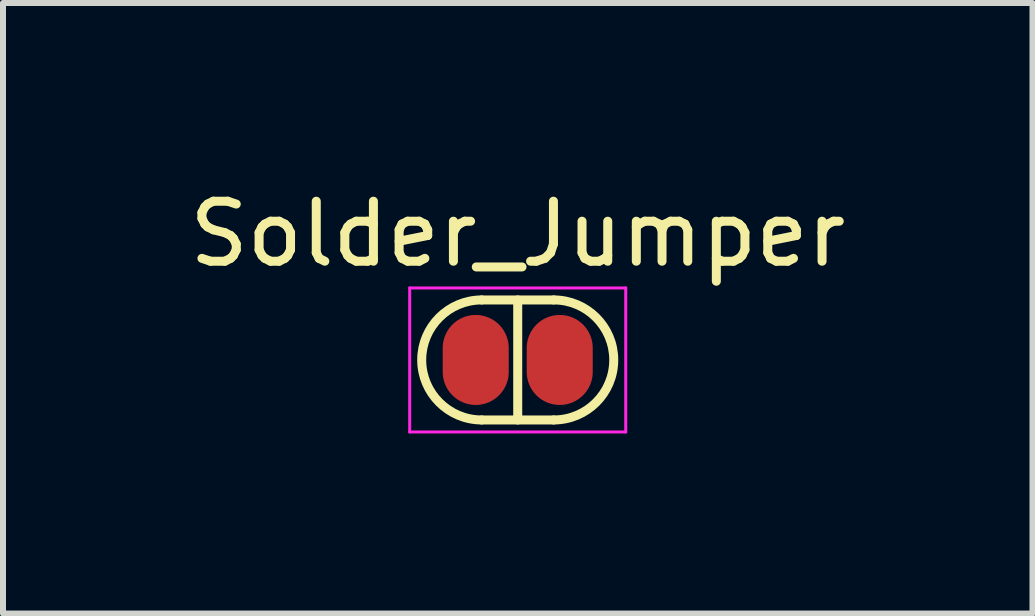
<source format=kicad_pcb>
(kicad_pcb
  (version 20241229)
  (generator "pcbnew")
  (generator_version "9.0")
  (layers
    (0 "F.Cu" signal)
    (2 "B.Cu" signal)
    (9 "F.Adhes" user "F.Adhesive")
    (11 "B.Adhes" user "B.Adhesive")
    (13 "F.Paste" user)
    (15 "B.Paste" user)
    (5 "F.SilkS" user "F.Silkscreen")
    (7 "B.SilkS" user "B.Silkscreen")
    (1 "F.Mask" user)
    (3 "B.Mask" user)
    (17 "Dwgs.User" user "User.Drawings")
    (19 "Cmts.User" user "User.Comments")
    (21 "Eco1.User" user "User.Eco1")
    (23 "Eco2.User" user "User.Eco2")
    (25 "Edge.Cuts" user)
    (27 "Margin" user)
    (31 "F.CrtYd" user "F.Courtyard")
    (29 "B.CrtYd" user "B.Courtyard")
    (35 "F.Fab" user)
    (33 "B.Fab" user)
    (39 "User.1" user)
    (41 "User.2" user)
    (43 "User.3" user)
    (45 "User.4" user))
  (footprint "Solder_Jumper"
    (layer "F.Cu")
    (at 5.577 2.948)
    (property "Reference" "Solder_Jumper" (at 0 -2.1 0) (layer "F.SilkS") (effects (font (size 1 1) (thickness 0.15))))
    (attr smd)
    (fp_line (start -0.6 -1) (end 0.6 -1) (stroke (width 0.15) (type solid)) (layer "F.SilkS"))
    (fp_line (start -0.6 1) (end 0.6 1) (stroke (width 0.15) (type solid)) (layer "F.SilkS"))
    (fp_line (start 0 -1) (end 0 1) (stroke (width 0.15) (type solid)) (layer "F.SilkS"))
    (fp_arc (start -0.6 1) (mid -1.6 0) (end -0.6 -1) (stroke (width 0.15) (type solid)) (layer "F.SilkS"))
    (fp_arc (start 0.6 -1) (mid 1.6 0) (end 0.6 1) (stroke (width 0.15) (type solid)) (layer "F.SilkS"))
    (fp_line (start -1.8 -1.2) (end -1.8 1.2) (stroke (width 0.05) (type solid)) (layer "F.CrtYd"))
    (fp_line (start -1.8 -1.2) (end 1.8 -1.2) (stroke (width 0.05) (type solid)) (layer "F.CrtYd"))
    (fp_line (start -1.8 1.2) (end 1.8 1.2) (stroke (width 0.05) (type solid)) (layer "F.CrtYd"))
    (fp_line (start 1.8 -1.2) (end 1.8 1.2) (stroke (width 0.05) (type solid)) (layer "F.CrtYd"))
    (pad "1" smd oval (at -0.7 0 90) (size 1.5 1.1) (layers "F.Cu" "F.Mask" "F.Paste"))
    (pad "2" smd oval (at 0.7 0 90) (size 1.5 1.1) (layers "F.Cu" "F.Mask" "F.Paste")))
  (gr_rect
    (start -3 -3)
    (end 14.155 7.173)
    (stroke (width 0.1) (type default))
    (fill no)
    (layer "Edge.Cuts")))
</source>
